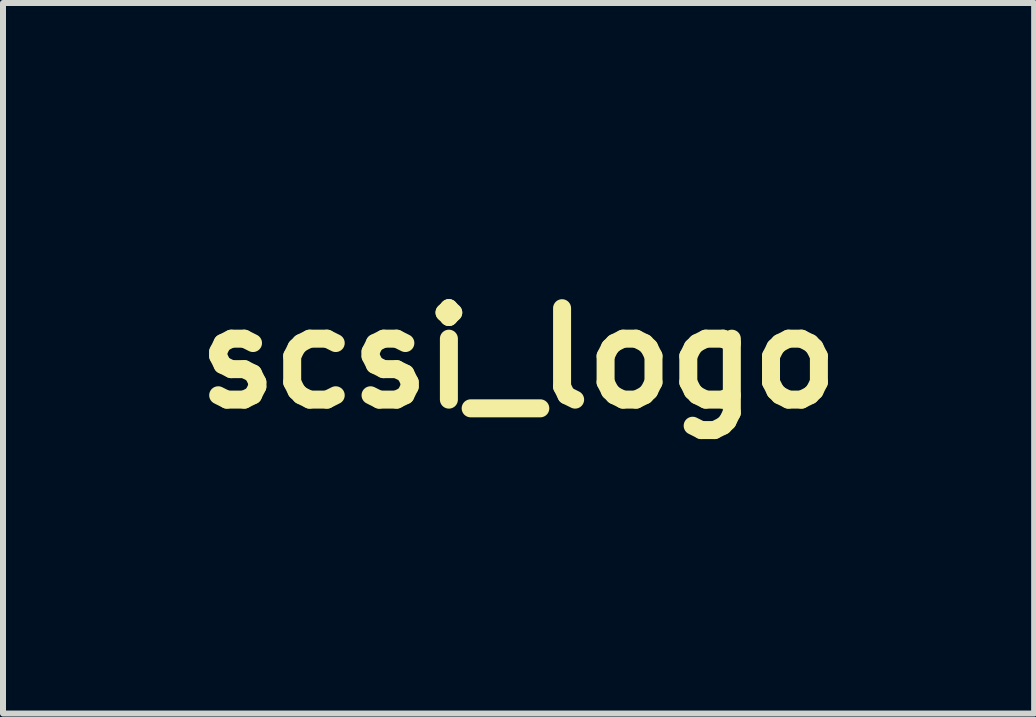
<source format=kicad_pcb>
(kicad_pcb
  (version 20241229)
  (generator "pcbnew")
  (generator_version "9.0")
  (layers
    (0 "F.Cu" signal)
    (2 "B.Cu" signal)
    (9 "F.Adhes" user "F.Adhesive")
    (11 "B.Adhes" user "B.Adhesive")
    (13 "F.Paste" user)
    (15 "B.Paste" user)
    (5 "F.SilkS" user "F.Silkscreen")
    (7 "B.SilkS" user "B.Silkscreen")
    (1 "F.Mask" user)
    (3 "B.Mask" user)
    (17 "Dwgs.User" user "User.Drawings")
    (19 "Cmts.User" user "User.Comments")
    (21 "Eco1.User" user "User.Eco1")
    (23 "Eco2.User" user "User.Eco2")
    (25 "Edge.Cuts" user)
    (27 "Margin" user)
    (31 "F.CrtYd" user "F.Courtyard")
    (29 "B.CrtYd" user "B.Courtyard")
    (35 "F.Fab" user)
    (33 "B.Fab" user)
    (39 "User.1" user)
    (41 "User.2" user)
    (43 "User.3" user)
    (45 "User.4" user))
  (footprint "scsi_logo"
    (layer "F.Cu")
    (at 5.595 2.923)
    (property "Reference" "scsi_logo" (at 0 0 0) (layer "F.SilkS") (effects (font (size 1.524 1.524) (thickness 0.3))))
    (attr through_hole)
    (fp_poly (pts (xy 2.794 0.229) (xy 1.746 0.229) (xy 1.586 0.229) (xy 1.432 0.228) (xy 1.289 0.228) (xy 1.156 0.227) (xy 1.037 0.227) (xy 0.932 0.226) (xy 0.845 0.225) (xy 0.776 0.225) (xy 0.728 0.224) (xy 0.702 0.223) (xy 0.698 0.222) (xy 0.698 0.208) (xy 0.698 0.173) (xy 0.697 0.121) (xy 0.697 0.056) (xy 0.697 -0.003) (xy 0.697 -0.222) (xy 1.745 -0.225) (xy 2.794 -0.229) (xy 2.794 0.229)) (stroke (width 0.01) (type solid)) (fill no) (layer "Eco2.User"))
    (fp_poly (pts (xy 0.139 -2.909) (xy 0.166 -2.883) (xy 0.208 -2.841) (xy 0.265 -2.786) (xy 0.334 -2.717) (xy 0.416 -2.636) (xy 0.508 -2.545) (xy 0.609 -2.445) (xy 0.719 -2.336) (xy 0.835 -2.22) (xy 0.957 -2.099) (xy 1.016 -2.04) (xy 1.895 -1.165) (xy 1.581 -0.851) (xy 0.857 -1.574) (xy 0.133 -2.297) (xy -1.013 -1.158) (xy -1.155 -1.016) (xy -1.292 -0.88) (xy -1.423 -0.749) (xy -1.547 -0.626) (xy -1.663 -0.51) (xy -1.769 -0.404) (xy -1.864 -0.308) (xy -1.949 -0.223) (xy -2.02 -0.151) (xy -2.078 -0.092) (xy -2.121 -0.047) (xy -2.149 -0.019) (xy -2.159 -0.007) (xy -2.159 -0.006) (xy -2.15 0.004) (xy -2.125 0.031) (xy -2.083 0.074) (xy -2.027 0.132) (xy -1.957 0.203) (xy -1.874 0.287) (xy -1.779 0.383) (xy -1.675 0.488) (xy -1.56 0.604) (xy -1.438 0.727) (xy -1.308 0.857) (xy -1.171 0.994) (xy -1.03 1.135) (xy -1.013 1.152) (xy 0.133 2.299) (xy 0.859 1.573) (xy 1.586 0.847) (xy 1.739 0.997) (xy 1.789 1.047) (xy 1.833 1.091) (xy 1.867 1.126) (xy 1.887 1.148) (xy 1.892 1.155) (xy 1.884 1.165) (xy 1.858 1.191) (xy 1.818 1.232) (xy 1.764 1.287) (xy 1.698 1.354) (xy 1.622 1.431) (xy 1.536 1.517) (xy 1.443 1.61) (xy 1.344 1.71) (xy 1.24 1.814) (xy 1.133 1.922) (xy 1.024 2.03) (xy 0.915 2.139) (xy 0.807 2.247) (xy 0.703 2.351) (xy 0.602 2.452) (xy 0.507 2.546) (xy 0.42 2.633) (xy 0.341 2.711) (xy 0.273 2.779) (xy 0.216 2.835) (xy 0.172 2.878) (xy 0.143 2.906) (xy 0.13 2.918) (xy 0.13 2.918) (xy 0.12 2.909) (xy 0.093 2.884) (xy 0.05 2.842) (xy -0.008 2.785) (xy -0.08 2.714) (xy -0.165 2.63) (xy -0.263 2.534) (xy -0.372 2.426) (xy -0.491 2.307) (xy -0.619 2.179) (xy -0.756 2.043) (xy -0.901 1.899) (xy -1.052 1.748) (xy -1.209 1.591) (xy -1.34 1.461) (xy -2.8 0) (xy -1.34 -1.461) (xy -1.179 -1.621) (xy -1.024 -1.777) (xy -0.874 -1.926) (xy -0.73 -2.069) (xy -0.595 -2.204) (xy -0.468 -2.33) (xy -0.351 -2.447) (xy -0.244 -2.553) (xy -0.149 -2.647) (xy -0.066 -2.729) (xy 0.004 -2.797) (xy 0.059 -2.851) (xy 0.099 -2.89) (xy 0.122 -2.912) (xy 0.129 -2.918) (xy 0.139 -2.909)) (stroke (width 0.01) (type solid)) (fill no) (layer "Eco2.User")))
  (gr_rect
    (start -3 -3)
    (end 14.191 8.846)
    (stroke (width 0.1) (type default))
    (fill no)
    (layer "Edge.Cuts")))
</source>
